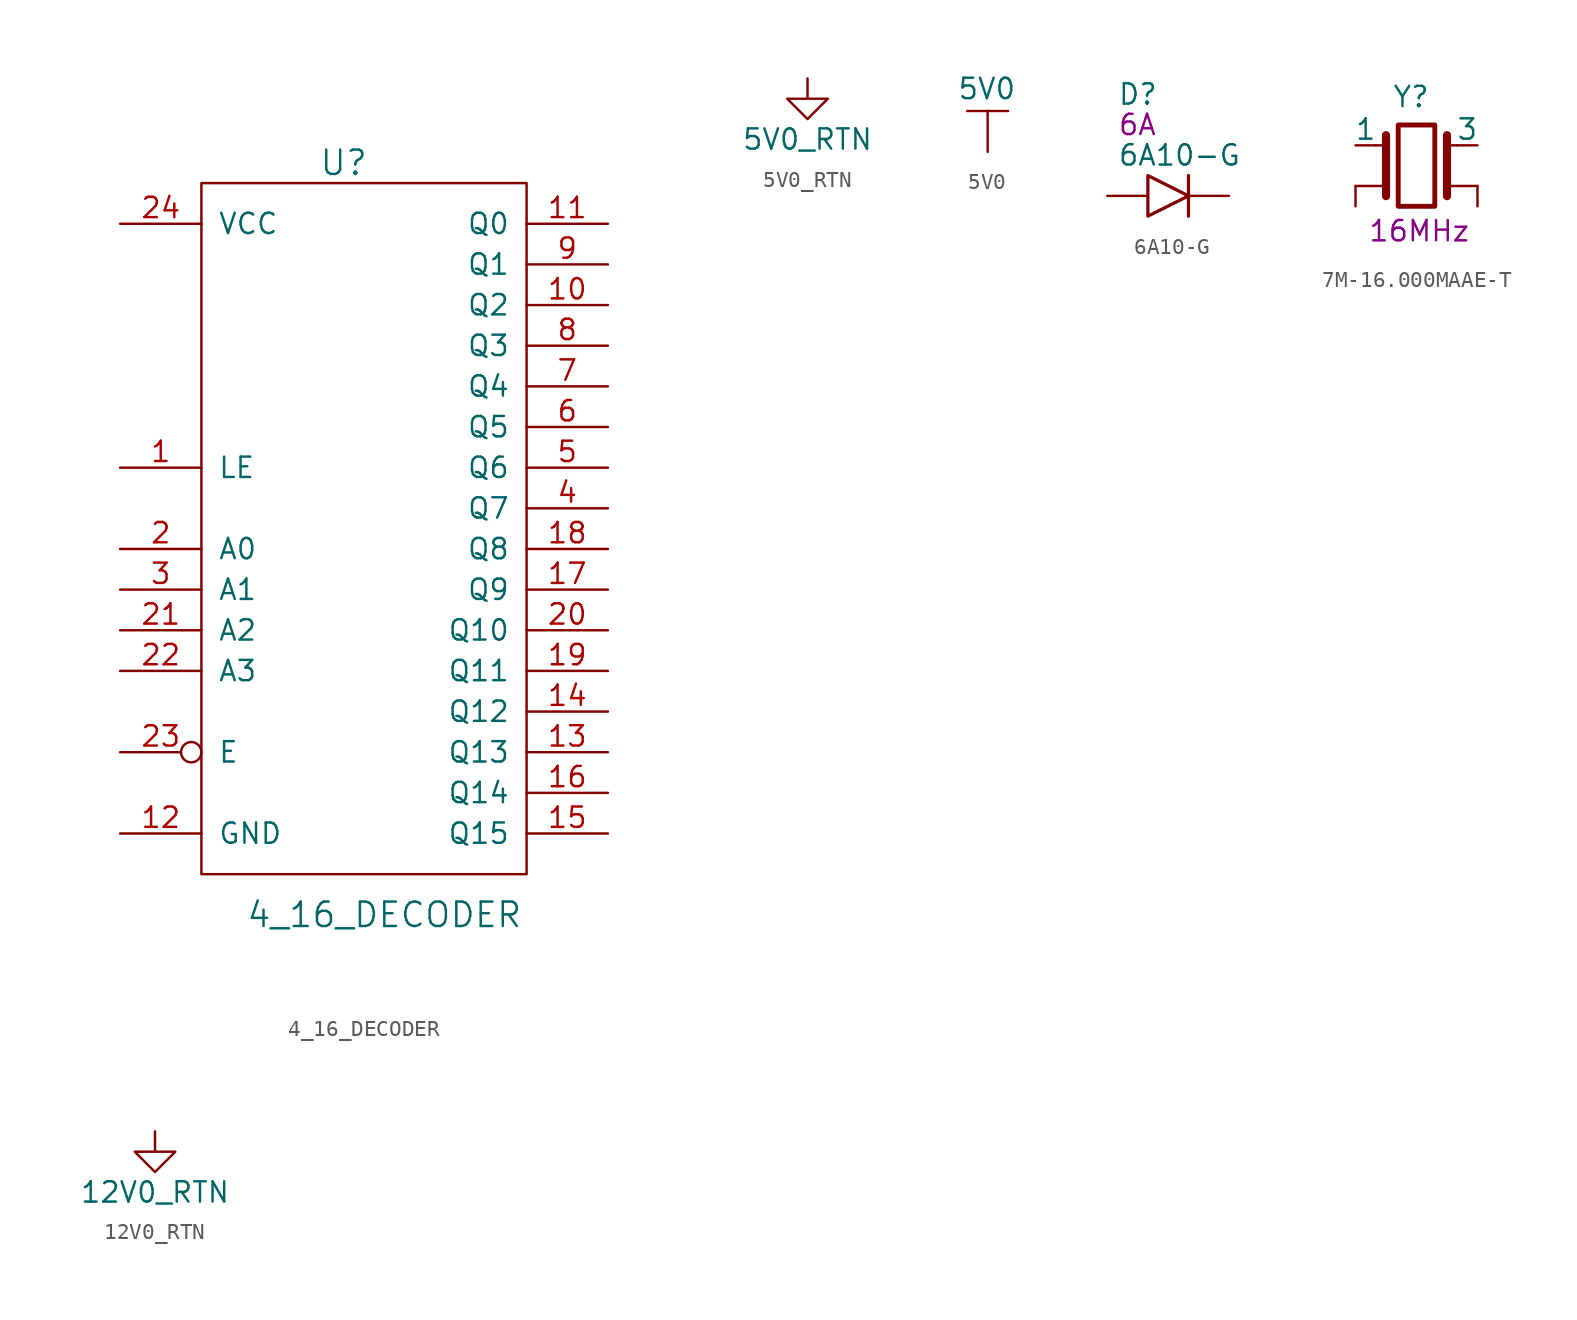
<source format=kicad_sym>
(kicad_symbol_lib
  (version 20210619)
  (generator kicad_symbol_editor)
  (symbol "custom:4_16_DECODER"
    (pin_names
      (offset 1.016))
    (property "Reference" "U"
      (at -1.27 22.86 0)
      (effects (font (size 1.524 1.524))))
    (property "Value" "4_16_DECODER"
      (at 1.27 -24.13 0)
      (effects (font (size 1.524 1.524))))
    (symbol "4_16_DECODER_0_1"
      (rectangle (start -10.16 21.59) (end 10.16 -21.59) (stroke (width 0)) (fill (type none))))
    (symbol "4_16_DECODER_1_1"
      (pin input line (at -15.24 3.81 0) (length 5.08) (name "LE" (effects (font (size 1.27 1.27)))) (number "1" (effects (font (size 1.27 1.27)))))
      (pin output line (at 15.24 13.97 180) (length 5.08) (name "Q2" (effects (font (size 1.27 1.27)))) (number "10" (effects (font (size 1.27 1.27)))))
      (pin output line (at 15.24 19.05 180) (length 5.08) (name "Q0" (effects (font (size 1.27 1.27)))) (number "11" (effects (font (size 1.27 1.27)))))
      (pin power_in line (at -15.24 -19.05 0) (length 5.08) (name "GND" (effects (font (size 1.27 1.27)))) (number "12" (effects (font (size 1.27 1.27)))))
      (pin output line (at 15.24 -13.97 180) (length 5.08) (name "Q13" (effects (font (size 1.27 1.27)))) (number "13" (effects (font (size 1.27 1.27)))))
      (pin output line (at 15.24 -11.43 180) (length 5.08) (name "Q12" (effects (font (size 1.27 1.27)))) (number "14" (effects (font (size 1.27 1.27)))))
      (pin output line (at 15.24 -19.05 180) (length 5.08) (name "Q15" (effects (font (size 1.27 1.27)))) (number "15" (effects (font (size 1.27 1.27)))))
      (pin output line (at 15.24 -16.51 180) (length 5.08) (name "Q14" (effects (font (size 1.27 1.27)))) (number "16" (effects (font (size 1.27 1.27)))))
      (pin output line (at 15.24 -3.81 180) (length 5.08) (name "Q9" (effects (font (size 1.27 1.27)))) (number "17" (effects (font (size 1.27 1.27)))))
      (pin output line (at 15.24 -1.27 180) (length 5.08) (name "Q8" (effects (font (size 1.27 1.27)))) (number "18" (effects (font (size 1.27 1.27)))))
      (pin output line (at 15.24 -8.89 180) (length 5.08) (name "Q11" (effects (font (size 1.27 1.27)))) (number "19" (effects (font (size 1.27 1.27)))))
      (pin input line (at -15.24 -1.27 0) (length 5.08) (name "A0" (effects (font (size 1.27 1.27)))) (number "2" (effects (font (size 1.27 1.27)))))
      (pin output line (at 15.24 -6.35 180) (length 5.08) (name "Q10" (effects (font (size 1.27 1.27)))) (number "20" (effects (font (size 1.27 1.27)))))
      (pin input line (at -15.24 -6.35 0) (length 5.08) (name "A2" (effects (font (size 1.27 1.27)))) (number "21" (effects (font (size 1.27 1.27)))))
      (pin input line (at -15.24 -8.89 0) (length 5.08) (name "A3" (effects (font (size 1.27 1.27)))) (number "22" (effects (font (size 1.27 1.27)))))
      (pin input inverted (at -15.24 -13.97 0) (length 5.08) (name "E" (effects (font (size 1.27 1.27)))) (number "23" (effects (font (size 1.27 1.27)))))
      (pin power_in line (at -15.24 19.05 0) (length 5.08) (name "VCC" (effects (font (size 1.27 1.27)))) (number "24" (effects (font (size 1.27 1.27)))))
      (pin input line (at -15.24 -3.81 0) (length 5.08) (name "A1" (effects (font (size 1.27 1.27)))) (number "3" (effects (font (size 1.27 1.27)))))
      (pin output line (at 15.24 1.27 180) (length 5.08) (name "Q7" (effects (font (size 1.27 1.27)))) (number "4" (effects (font (size 1.27 1.27)))))
      (pin output line (at 15.24 3.81 180) (length 5.08) (name "Q6" (effects (font (size 1.27 1.27)))) (number "5" (effects (font (size 1.27 1.27)))))
      (pin output line (at 15.24 6.35 180) (length 5.08) (name "Q5" (effects (font (size 1.27 1.27)))) (number "6" (effects (font (size 1.27 1.27)))))
      (pin output line (at 15.24 8.89 180) (length 5.08) (name "Q4" (effects (font (size 1.27 1.27)))) (number "7" (effects (font (size 1.27 1.27)))))
      (pin output line (at 15.24 11.43 180) (length 5.08) (name "Q3" (effects (font (size 1.27 1.27)))) (number "8" (effects (font (size 1.27 1.27)))))
      (pin output line (at 15.24 16.51 180) (length 5.08) (name "Q1" (effects (font (size 1.27 1.27)))) (number "9" (effects (font (size 1.27 1.27)))))))
  (symbol "custom:5V0_RTN"
    (power)
    (pin_names
      (offset 0))
    (property "Reference" "#PWR"
      (at 0 -6.35 0)
      (effects (font (size 1.27 1.27)) hide))
    (property "Value" "5V0_RTN"
      (at 0 -3.81 0)
      (effects (font (size 1.27 1.27))))
    (symbol "5V0_RTN_0_1"
      (polyline (pts (xy 0 0) (xy 0 -1.27) (xy 1.27 -1.27) (xy 0 -2.54) (xy -1.27 -1.27) (xy 0 -1.27)) (stroke (width 0)) (fill (type none))))
    (symbol "5V0_RTN_1_1"
      (pin power_in line (at 0 0 270) (length 0) hide (name "5V0_RTN" (effects (font (size 1.27 1.27)))) (number "1" (effects (font (size 1.27 1.27)))))))
  (symbol "custom:5V0"
    (power)
    (pin_names
      (offset 0))
    (property "Reference" "#PWR"
      (at 5.08 1.27 0)
      (effects (font (size 1.27 1.27)) hide))
    (property "Value" "5V0"
      (at -1.905 3.175 0)
      (effects (font (size 1.27 1.27)) (justify left bottom)))
    (symbol "5V0_0_1"
      (polyline (pts (xy -1.27 2.54) (xy 0 2.54)) (stroke (width 0)) (fill (type none)))
      (polyline (pts (xy 0 0) (xy 0 2.54)) (stroke (width 0)) (fill (type none)))
      (polyline (pts (xy 0 2.54) (xy 1.27 2.54)) (stroke (width 0)) (fill (type none))))
    (symbol "5V0_1_1"
      (pin power_in line (at 0 0 90) (length 0) hide (name "5V0" (effects (font (size 1.27 1.27)))) (number "1" (effects (font (size 1.27 1.27)))))))
  (symbol "custom:6A10-G"
    (pin_numbers hide)
    (pin_names
      (offset 1.016) hide)
    (property "Reference" "D"
      (at -3.175 6.35 0)
      (effects (font (size 1.27 1.27)) (justify left)))
    (property "Value" "6A10-G"
      (at -3.175 2.54 0)
      (effects (font (size 1.27 1.27)) (justify left)))
    (property "Rating" "6A"
      (at -3.175 4.445 0)
      (effects (font (size 1.27 1.27)) (justify left)))
    (symbol "6A10-G_0_1"
      (polyline (pts (xy 1.27 -1.27) (xy 1.27 1.27)) (stroke (width 0.203)) (fill (type none)))
      (polyline (pts (xy -1.27 -1.27) (xy -1.27 1.27) (xy 1.27 0) (xy -1.27 -1.27)) (stroke (width 0.203)) (fill (type none))))
    (symbol "6A10-G_1_1"
      (pin passive line (at 3.81 0 180) (length 2.54) (name "K" (effects (font (size 1.27 1.27)))) (number "1" (effects (font (size 1.27 1.27)))))
      (pin passive line (at -3.81 0 0) (length 2.54) (name "A" (effects (font (size 1.27 1.27)))) (number "2" (effects (font (size 1.27 1.27)))))))
  (symbol "custom:7M-16.000MAAE-T"
    (pin_numbers hide)
    (pin_names
      (offset 0))
    (property "Reference" "Y"
      (at -1.524 3.556 0)
      (effects (font (size 1.27 1.27)) (justify left bottom)))
    (property "Frequency" "16MHz"
      (at -3.048 -4.826 0)
      (effects (font (size 1.27 1.27)) (justify left bottom)))
    (symbol "7M-16.000MAAE-T_0_1"
      (rectangle (start -1.143 2.54) (end 1.143 -2.54) (stroke (width 0.305)) (fill (type none)))
      (polyline (pts (xy -3.81 -1.27) (xy -1.905 -1.27)) (stroke (width 0)) (fill (type none)))
      (polyline (pts (xy -2.54 1.27) (xy -1.905 1.27)) (stroke (width 0)) (fill (type none)))
      (polyline (pts (xy -1.905 -1.905) (xy -1.905 1.905)) (stroke (width 0.508)) (fill (type none)))
      (polyline (pts (xy 1.905 -1.905) (xy 1.905 1.905)) (stroke (width 0.508)) (fill (type none)))
      (polyline (pts (xy 2.54 1.27) (xy 1.905 1.27)) (stroke (width 0)) (fill (type none)))
      (polyline (pts (xy 3.81 -1.27) (xy 1.905 -1.27)) (stroke (width 0)) (fill (type none))))
    (symbol "7M-16.000MAAE-T_1_1"
      (pin passive line (at -3.81 1.27 0) (length 1.27) (name "1" (effects (font (size 1.27 1.27)))) (number "1" (effects (font (size 1.27 1.27)))))
      (pin passive line (at -3.81 -2.54 90) (length 1.27) (name "~" (effects (font (size 1.27 1.27)))) (number "2" (effects (font (size 1.27 1.27)))))
      (pin passive line (at 3.81 1.27 180) (length 1.27) (name "3" (effects (font (size 1.27 1.27)))) (number "3" (effects (font (size 1.27 1.27)))))
      (pin passive line (at 3.81 -2.54 90) (length 1.27) (name "~" (effects (font (size 1.27 1.27)))) (number "4" (effects (font (size 1.27 1.27)))))))
  (symbol "custom:12V0_RTN"
    (power)
    (pin_names
      (offset 0))
    (property "Reference" "#PWR"
      (at 0 -6.35 0)
      (effects (font (size 1.27 1.27)) hide))
    (property "Value" "12V0_RTN"
      (at 0 -3.81 0)
      (effects (font (size 1.27 1.27))))
    (symbol "12V0_RTN_0_1"
      (polyline (pts (xy 0 0) (xy 0 -1.27) (xy 1.27 -1.27) (xy 0 -2.54) (xy -1.27 -1.27) (xy 0 -1.27)) (stroke (width 0)) (fill (type none))))
    (symbol "12V0_RTN_1_1"
      (pin power_in line (at 0 0 270) (length 0) hide (name "12V0_RTN" (effects (font (size 1.27 1.27)))) (number "1" (effects (font (size 1.27 1.27))))))))
</source>
